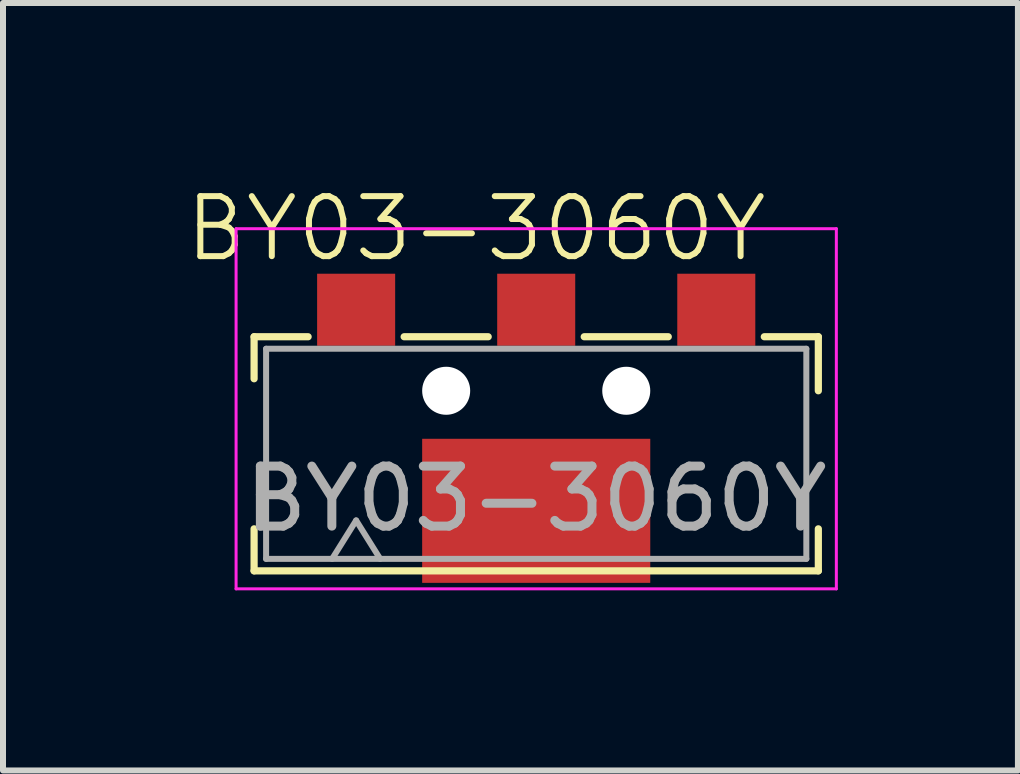
<source format=kicad_pcb>
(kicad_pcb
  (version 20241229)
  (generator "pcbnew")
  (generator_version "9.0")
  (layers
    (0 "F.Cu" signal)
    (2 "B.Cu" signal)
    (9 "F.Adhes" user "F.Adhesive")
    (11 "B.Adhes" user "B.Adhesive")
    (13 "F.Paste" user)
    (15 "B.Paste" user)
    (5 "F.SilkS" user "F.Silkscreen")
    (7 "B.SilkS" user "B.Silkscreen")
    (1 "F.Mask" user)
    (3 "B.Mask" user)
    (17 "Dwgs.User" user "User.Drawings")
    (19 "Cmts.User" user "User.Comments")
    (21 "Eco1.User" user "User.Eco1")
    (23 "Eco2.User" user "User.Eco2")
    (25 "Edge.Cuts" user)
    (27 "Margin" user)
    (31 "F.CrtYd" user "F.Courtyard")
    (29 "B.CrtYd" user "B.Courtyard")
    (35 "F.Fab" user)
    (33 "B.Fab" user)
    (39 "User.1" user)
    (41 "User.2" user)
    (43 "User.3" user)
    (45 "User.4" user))
  (footprint "BY03-3060Y"
    (layer "F.Cu")
    (at 5.883 2.76)
    (property "Reference" "BY03-3060Y" (at -1 -2 0) (unlocked yes) (layer "F.SilkS") (effects (font (size 1 1) (thickness 0.1))))
    (attr smd)
    (fp_line (start -4.7 0.5) (end -4.7 -0.2) (stroke (width 0.12) (type solid)) (layer "F.SilkS"))
    (fp_line (start -4.7 3.7) (end -4.7 3) (stroke (width 0.12) (type solid)) (layer "F.SilkS"))
    (fp_line (start -3.8 -0.2) (end -4.7 -0.2) (stroke (width 0.12) (type solid)) (layer "F.SilkS"))
    (fp_line (start -0.8 -0.2) (end -2.2 -0.2) (stroke (width 0.12) (type solid)) (layer "F.SilkS"))
    (fp_line (start 2.2 -0.2) (end 0.8 -0.2) (stroke (width 0.12) (type solid)) (layer "F.SilkS"))
    (fp_line (start 4.7 -0.2) (end 3.8 -0.2) (stroke (width 0.12) (type solid)) (layer "F.SilkS"))
    (fp_line (start 4.7 -0.2) (end 4.7 0.7) (stroke (width 0.12) (type solid)) (layer "F.SilkS"))
    (fp_line (start 4.7 3) (end 4.7 3.7) (stroke (width 0.12) (type solid)) (layer "F.SilkS"))
    (fp_line (start 4.7 3.7) (end -4.7 3.7) (stroke (width 0.12) (type solid)) (layer "F.SilkS"))
    (fp_line (start -5 -2) (end 5 -2) (stroke (width 0.05) (type solid)) (layer "F.CrtYd"))
    (fp_line (start -5 4) (end -5 -2) (stroke (width 0.05) (type solid)) (layer "F.CrtYd"))
    (fp_line (start -5 4) (end 5 4) (stroke (width 0.05) (type solid)) (layer "F.CrtYd"))
    (fp_line (start 5 4) (end 5 -2) (stroke (width 0.05) (type solid)) (layer "F.CrtYd"))
    (fp_line (start -4.5 0) (end 4.5 0) (stroke (width 0.1) (type solid)) (layer "F.Fab"))
    (fp_line (start -4.5 3.5) (end -4.5 0) (stroke (width 0.1) (type solid)) (layer "F.Fab"))
    (fp_line (start -4.5 3.5) (end 4.5 3.5) (stroke (width 0.1) (type solid)) (layer "F.Fab"))
    (fp_line (start -3.4 3.5) (end -3 2.86) (stroke (width 0.1) (type solid)) (layer "F.Fab"))
    (fp_line (start -3 2.86) (end -2.6 3.5) (stroke (width 0.1) (type solid)) (layer "F.Fab"))
    (fp_line (start 4.5 3.5) (end 4.5 0) (stroke (width 0.1) (type solid)) (layer "F.Fab"))
    (fp_text user "${REFERENCE}" (at 0 2.5 0) (unlocked yes) (layer "F.Fab") (effects (font (size 1 1) (thickness 0.15))))
    (pad "" np_thru_hole circle (at -1.5 0.7) (size 0.8 0.8) (drill 0.8) (layers "*.Cu" "*.Mask"))
    (pad "" np_thru_hole circle (at 1.5 0.7) (size 0.8 0.8) (drill 0.8) (layers "*.Cu" "*.Mask"))
    (pad "1" smd rect (at -3 -0.65 90) (size 1.2 1.3) (layers "F.Cu" "F.Mask" "F.Paste"))
    (pad "2" smd rect (at 0 -0.65 90) (size 1.2 1.3) (layers "F.Cu" "F.Mask" "F.Paste"))
    (pad "3" smd rect (at 3 -0.65 90) (size 1.2 1.3) (layers "F.Cu" "F.Mask" "F.Paste"))
    (pad "SH" smd rect (at 0 2.7) (size 3.8 2.4) (layers "F.Cu" "F.Mask" "F.Paste")))
  (gr_rect
    (start -3 -3)
    (end 13.908 9.786)
    (stroke (width 0.1) (type default))
    (fill no)
    (layer "Edge.Cuts")))
</source>
